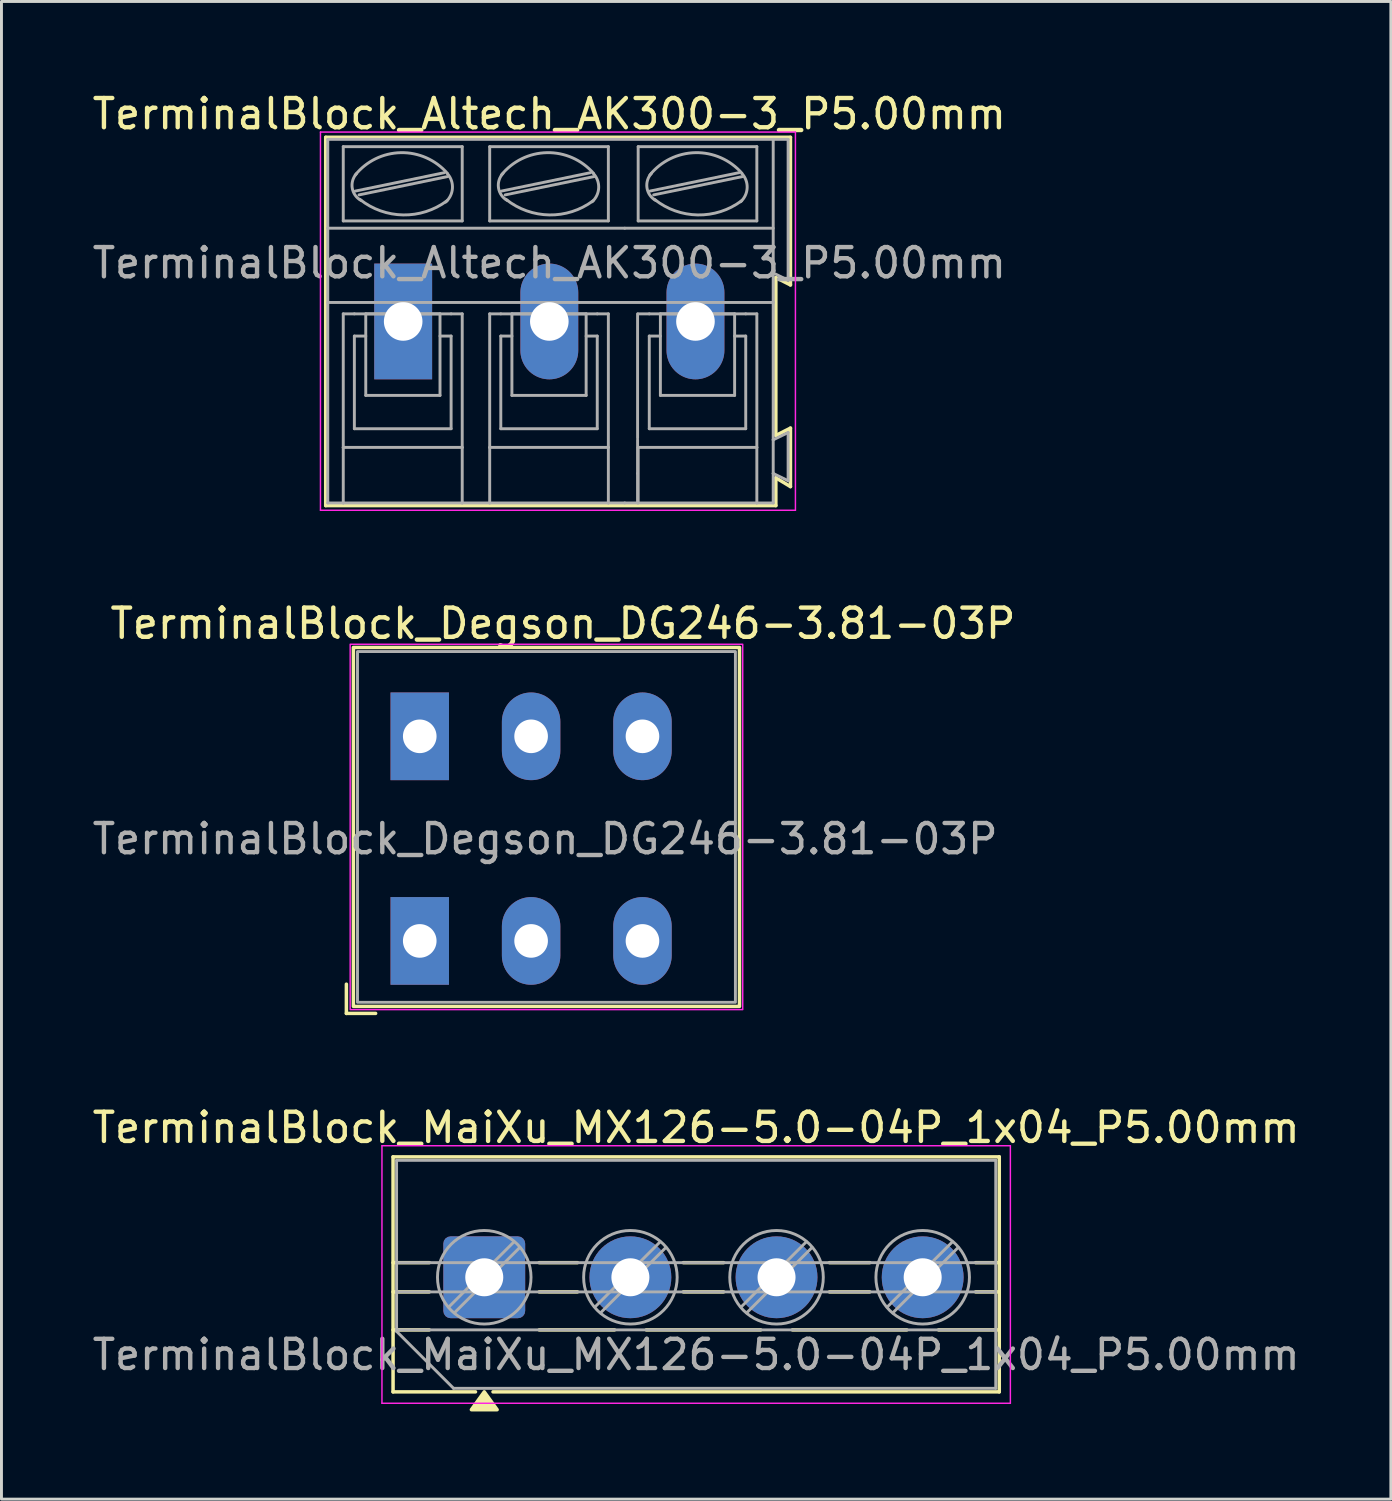
<source format=kicad_pcb>
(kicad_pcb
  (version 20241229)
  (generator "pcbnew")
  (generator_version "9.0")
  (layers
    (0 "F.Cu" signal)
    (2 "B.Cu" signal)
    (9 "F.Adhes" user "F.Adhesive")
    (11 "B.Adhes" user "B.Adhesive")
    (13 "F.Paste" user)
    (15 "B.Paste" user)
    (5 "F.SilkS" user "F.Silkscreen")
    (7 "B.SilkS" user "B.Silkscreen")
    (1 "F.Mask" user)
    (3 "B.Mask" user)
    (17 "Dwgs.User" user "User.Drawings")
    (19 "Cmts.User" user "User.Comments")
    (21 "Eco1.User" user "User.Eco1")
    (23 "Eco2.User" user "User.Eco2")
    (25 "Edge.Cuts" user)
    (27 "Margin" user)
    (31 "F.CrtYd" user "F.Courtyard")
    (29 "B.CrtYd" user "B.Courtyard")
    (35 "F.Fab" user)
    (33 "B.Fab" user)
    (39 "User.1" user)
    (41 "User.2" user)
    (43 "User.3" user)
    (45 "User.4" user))
  (footprint "TerminalBlock_Altech_AK300-3_P5.00mm"
    (layer "F.Cu")
    (at 10.744 7.948)
    (property "Reference" "TerminalBlock_Altech_AK300-3_P5.00mm" (at 5 -7.1 0) (layer "F.SilkS") (effects (font (size 1 1) (thickness 0.15))))
    (attr through_hole)
    (fp_line (start -2.65 -6.3) (end -2.65 6.3) (stroke (width 0.12) (type solid)) (layer "F.SilkS"))
    (fp_line (start -2.65 6.3) (end 12.75 6.3) (stroke (width 0.12) (type solid)) (layer "F.SilkS"))
    (fp_line (start 12.75 -1.5) (end 13.25 -1.25) (stroke (width 0.12) (type solid)) (layer "F.SilkS"))
    (fp_line (start 12.75 3.9) (end 12.75 -1.5) (stroke (width 0.12) (type solid)) (layer "F.SilkS"))
    (fp_line (start 12.75 5.35) (end 13.25 5.65) (stroke (width 0.12) (type solid)) (layer "F.SilkS"))
    (fp_line (start 12.75 6.3) (end 12.75 5.35) (stroke (width 0.12) (type solid)) (layer "F.SilkS"))
    (fp_line (start 13.25 -6.3) (end -2.65 -6.3) (stroke (width 0.12) (type solid)) (layer "F.SilkS"))
    (fp_line (start 13.25 -1.25) (end 13.25 -6.3) (stroke (width 0.12) (type solid)) (layer "F.SilkS"))
    (fp_line (start 13.25 3.65) (end 12.75 3.9) (stroke (width 0.12) (type solid)) (layer "F.SilkS"))
    (fp_line (start 13.25 5.65) (end 13.25 3.65) (stroke (width 0.12) (type solid)) (layer "F.SilkS"))
    (fp_line (start -2.83 -6.48) (end -2.83 6.46) (stroke (width 0.05) (type solid)) (layer "F.CrtYd"))
    (fp_line (start -2.83 -6.48) (end 13.42 -6.48) (stroke (width 0.05) (type solid)) (layer "F.CrtYd"))
    (fp_line (start 13.42 6.46) (end -2.83 6.46) (stroke (width 0.05) (type solid)) (layer "F.CrtYd"))
    (fp_line (start 13.42 6.46) (end 13.42 -6.48) (stroke (width 0.05) (type solid)) (layer "F.CrtYd"))
    (fp_line (start -2.58 -6.23) (end 12.66 -6.23) (stroke (width 0.1) (type solid)) (layer "F.Fab"))
    (fp_line (start -2.58 -3.19) (end -2.58 -6.23) (stroke (width 0.1) (type solid)) (layer "F.Fab"))
    (fp_line (start -2.58 -3.19) (end 7.58 -3.19) (stroke (width 0.1) (type solid)) (layer "F.Fab"))
    (fp_line (start -2.58 -0.65) (end -2.58 -3.19) (stroke (width 0.1) (type solid)) (layer "F.Fab"))
    (fp_line (start -2.58 6.21) (end -2.58 -0.65) (stroke (width 0.1) (type solid)) (layer "F.Fab"))
    (fp_line (start -2.58 6.21) (end -2.05 6.21) (stroke (width 0.1) (type solid)) (layer "F.Fab"))
    (fp_line (start -2.05 -3.44) (end -2.05 -5.98) (stroke (width 0.1) (type solid)) (layer "F.Fab"))
    (fp_line (start -2.05 -0.26) (end -2.05 4.31) (stroke (width 0.1) (type solid)) (layer "F.Fab"))
    (fp_line (start -2.05 -0.26) (end -1.67 -0.26) (stroke (width 0.1) (type solid)) (layer "F.Fab"))
    (fp_line (start -2.05 4.31) (end -2.05 6.21) (stroke (width 0.1) (type solid)) (layer "F.Fab"))
    (fp_line (start -2.05 6.21) (end 2.02 6.21) (stroke (width 0.1) (type solid)) (layer "F.Fab"))
    (fp_line (start -1.67 0.5) (end -1.28 0.5) (stroke (width 0.1) (type solid)) (layer "F.Fab"))
    (fp_line (start -1.67 3.67) (end -1.67 0.5) (stroke (width 0.1) (type solid)) (layer "F.Fab"))
    (fp_line (start -1.64 -4.46) (end 1.41 -5.09) (stroke (width 0.1) (type solid)) (layer "F.Fab"))
    (fp_line (start -1.51 -4.33) (end 1.53 -4.96) (stroke (width 0.1) (type solid)) (layer "F.Fab"))
    (fp_line (start -1.28 -0.26) (end 1.26 -0.26) (stroke (width 0.1) (type solid)) (layer "F.Fab"))
    (fp_line (start -1.28 2.53) (end -1.28 -0.26) (stroke (width 0.1) (type solid)) (layer "F.Fab"))
    (fp_line (start -1.28 2.53) (end 1.26 2.53) (stroke (width 0.1) (type solid)) (layer "F.Fab"))
    (fp_line (start 1.26 2.53) (end 1.26 -0.26) (stroke (width 0.1) (type solid)) (layer "F.Fab"))
    (fp_line (start 1.64 -0.26) (end -1.67 -0.26) (stroke (width 0.1) (type solid)) (layer "F.Fab"))
    (fp_line (start 1.64 0.5) (end 1.26 0.5) (stroke (width 0.1) (type solid)) (layer "F.Fab"))
    (fp_line (start 1.64 3.67) (end -1.67 3.67) (stroke (width 0.1) (type solid)) (layer "F.Fab"))
    (fp_line (start 1.64 3.67) (end 1.64 0.5) (stroke (width 0.1) (type solid)) (layer "F.Fab"))
    (fp_line (start 2.02 -5.98) (end -2.05 -5.98) (stroke (width 0.1) (type solid)) (layer "F.Fab"))
    (fp_line (start 2.02 -3.44) (end -2.05 -3.44) (stroke (width 0.1) (type solid)) (layer "F.Fab"))
    (fp_line (start 2.02 -3.44) (end 2.02 -5.98) (stroke (width 0.1) (type solid)) (layer "F.Fab"))
    (fp_line (start 2.02 -0.26) (end 1.64 -0.26) (stroke (width 0.1) (type solid)) (layer "F.Fab"))
    (fp_line (start 2.02 4.31) (end -2.05 4.31) (stroke (width 0.1) (type solid)) (layer "F.Fab"))
    (fp_line (start 2.02 4.31) (end 2.02 -0.26) (stroke (width 0.1) (type solid)) (layer "F.Fab"))
    (fp_line (start 2.02 6.21) (end 2.02 4.31) (stroke (width 0.1) (type solid)) (layer "F.Fab"))
    (fp_line (start 2.02 6.21) (end 2.96 6.21) (stroke (width 0.1) (type solid)) (layer "F.Fab"))
    (fp_line (start 2.96 -5.98) (end 7.02 -5.98) (stroke (width 0.1) (type solid)) (layer "F.Fab"))
    (fp_line (start 2.96 -3.44) (end 2.96 -5.98) (stroke (width 0.1) (type solid)) (layer "F.Fab"))
    (fp_line (start 2.96 -0.26) (end 3.34 -0.26) (stroke (width 0.1) (type solid)) (layer "F.Fab"))
    (fp_line (start 2.96 4.31) (end 2.96 -0.26) (stroke (width 0.1) (type solid)) (layer "F.Fab"))
    (fp_line (start 2.96 4.31) (end 7.02 4.31) (stroke (width 0.1) (type solid)) (layer "F.Fab"))
    (fp_line (start 2.96 6.21) (end 2.96 4.31) (stroke (width 0.1) (type solid)) (layer "F.Fab"))
    (fp_line (start 2.96 6.21) (end 7.02 6.21) (stroke (width 0.1) (type solid)) (layer "F.Fab"))
    (fp_line (start 3.34 -0.26) (end 6.64 -0.26) (stroke (width 0.1) (type solid)) (layer "F.Fab"))
    (fp_line (start 3.34 0.5) (end 3.72 0.5) (stroke (width 0.1) (type solid)) (layer "F.Fab"))
    (fp_line (start 3.34 3.67) (end 3.34 0.5) (stroke (width 0.1) (type solid)) (layer "F.Fab"))
    (fp_line (start 3.36 -4.46) (end 6.41 -5.09) (stroke (width 0.1) (type solid)) (layer "F.Fab"))
    (fp_line (start 3.49 -4.33) (end 6.54 -4.96) (stroke (width 0.1) (type solid)) (layer "F.Fab"))
    (fp_line (start 3.72 -0.26) (end 6.26 -0.26) (stroke (width 0.1) (type solid)) (layer "F.Fab"))
    (fp_line (start 3.72 2.53) (end 3.72 -0.26) (stroke (width 0.1) (type solid)) (layer "F.Fab"))
    (fp_line (start 3.72 2.53) (end 6.26 2.53) (stroke (width 0.1) (type solid)) (layer "F.Fab"))
    (fp_line (start 6.26 2.53) (end 6.26 -0.26) (stroke (width 0.1) (type solid)) (layer "F.Fab"))
    (fp_line (start 6.64 0.5) (end 6.26 0.5) (stroke (width 0.1) (type solid)) (layer "F.Fab"))
    (fp_line (start 6.64 3.67) (end 3.34 3.67) (stroke (width 0.1) (type solid)) (layer "F.Fab"))
    (fp_line (start 6.64 3.67) (end 6.64 0.5) (stroke (width 0.1) (type solid)) (layer "F.Fab"))
    (fp_line (start 7.02 -5.98) (end 7.02 -3.44) (stroke (width 0.1) (type solid)) (layer "F.Fab"))
    (fp_line (start 7.02 -3.44) (end 2.96 -3.44) (stroke (width 0.1) (type solid)) (layer "F.Fab"))
    (fp_line (start 7.02 -0.26) (end 6.64 -0.26) (stroke (width 0.1) (type solid)) (layer "F.Fab"))
    (fp_line (start 7.02 -0.26) (end 7.02 4.31) (stroke (width 0.1) (type solid)) (layer "F.Fab"))
    (fp_line (start 7.02 4.31) (end 7.02 6.21) (stroke (width 0.1) (type solid)) (layer "F.Fab"))
    (fp_line (start 7.02 6.21) (end 7.58 6.21) (stroke (width 0.1) (type solid)) (layer "F.Fab"))
    (fp_line (start 7.58 -3.19) (end 12.6 -3.19) (stroke (width 0.1) (type solid)) (layer "F.Fab"))
    (fp_line (start 8.02 3.99) (end 8.02 -0.26) (stroke (width 0.1) (type solid)) (layer "F.Fab"))
    (fp_line (start 8.02 4.05) (end 8.02 5.2) (stroke (width 0.1) (type solid)) (layer "F.Fab"))
    (fp_line (start 8.02 5.2) (end 8.02 6.21) (stroke (width 0.1) (type solid)) (layer "F.Fab"))
    (fp_line (start 8.04 -5.98) (end 12.1 -5.98) (stroke (width 0.1) (type solid)) (layer "F.Fab"))
    (fp_line (start 8.04 -3.44) (end 8.04 -5.98) (stroke (width 0.1) (type solid)) (layer "F.Fab"))
    (fp_line (start 8.04 -0.26) (end 8.42 -0.26) (stroke (width 0.1) (type solid)) (layer "F.Fab"))
    (fp_line (start 8.04 4.31) (end 12.1 4.31) (stroke (width 0.1) (type solid)) (layer "F.Fab"))
    (fp_line (start 8.04 6.21) (end 8.04 4.31) (stroke (width 0.1) (type solid)) (layer "F.Fab"))
    (fp_line (start 8.42 -0.26) (end 11.72 -0.26) (stroke (width 0.1) (type solid)) (layer "F.Fab"))
    (fp_line (start 8.42 0.5) (end 8.8 0.5) (stroke (width 0.1) (type solid)) (layer "F.Fab"))
    (fp_line (start 8.42 3.67) (end 8.42 0.5) (stroke (width 0.1) (type solid)) (layer "F.Fab"))
    (fp_line (start 8.44 -4.46) (end 11.49 -5.09) (stroke (width 0.1) (type solid)) (layer "F.Fab"))
    (fp_line (start 8.57 -4.33) (end 11.62 -4.96) (stroke (width 0.1) (type solid)) (layer "F.Fab"))
    (fp_line (start 8.8 -0.26) (end 11.34 -0.26) (stroke (width 0.1) (type solid)) (layer "F.Fab"))
    (fp_line (start 8.8 2.53) (end 8.8 -0.26) (stroke (width 0.1) (type solid)) (layer "F.Fab"))
    (fp_line (start 8.8 2.53) (end 11.34 2.53) (stroke (width 0.1) (type solid)) (layer "F.Fab"))
    (fp_line (start 11.34 2.53) (end 11.34 -0.26) (stroke (width 0.1) (type solid)) (layer "F.Fab"))
    (fp_line (start 11.72 0.5) (end 11.34 0.5) (stroke (width 0.1) (type solid)) (layer "F.Fab"))
    (fp_line (start 11.72 3.67) (end 8.42 3.67) (stroke (width 0.1) (type solid)) (layer "F.Fab"))
    (fp_line (start 11.72 3.67) (end 11.72 0.5) (stroke (width 0.1) (type solid)) (layer "F.Fab"))
    (fp_line (start 12.09 6.21) (end 7.58 6.21) (stroke (width 0.1) (type solid)) (layer "F.Fab"))
    (fp_line (start 12.1 -5.98) (end 12.1 -3.44) (stroke (width 0.1) (type solid)) (layer "F.Fab"))
    (fp_line (start 12.1 -3.44) (end 8.04 -3.44) (stroke (width 0.1) (type solid)) (layer "F.Fab"))
    (fp_line (start 12.1 -0.26) (end 11.72 -0.26) (stroke (width 0.1) (type solid)) (layer "F.Fab"))
    (fp_line (start 12.1 -0.26) (end 12.1 4.31) (stroke (width 0.1) (type solid)) (layer "F.Fab"))
    (fp_line (start 12.1 4.31) (end 12.1 6.21) (stroke (width 0.1) (type solid)) (layer "F.Fab"))
    (fp_line (start 12.1 6.21) (end 12.66 6.21) (stroke (width 0.1) (type solid)) (layer "F.Fab"))
    (fp_line (start 12.66 -6.23) (end 12.66 -3.19) (stroke (width 0.1) (type solid)) (layer "F.Fab"))
    (fp_line (start 12.66 -6.23) (end 13.17 -6.23) (stroke (width 0.1) (type solid)) (layer "F.Fab"))
    (fp_line (start 12.66 -3.19) (end 12.66 -1.66) (stroke (width 0.1) (type solid)) (layer "F.Fab"))
    (fp_line (start 12.66 -1.66) (end 12.66 -0.65) (stroke (width 0.1) (type solid)) (layer "F.Fab"))
    (fp_line (start 12.66 -0.65) (end -2.52 -0.65) (stroke (width 0.1) (type solid)) (layer "F.Fab"))
    (fp_line (start 12.66 -0.65) (end 12.66 4.05) (stroke (width 0.1) (type solid)) (layer "F.Fab"))
    (fp_line (start 12.66 4.05) (end 12.66 5.2) (stroke (width 0.1) (type solid)) (layer "F.Fab"))
    (fp_line (start 12.66 5.2) (end 12.66 6.21) (stroke (width 0.1) (type solid)) (layer "F.Fab"))
    (fp_line (start 13.17 -6.23) (end 13.17 -1.41) (stroke (width 0.1) (type solid)) (layer "F.Fab"))
    (fp_line (start 13.17 -1.41) (end 12.66 -1.66) (stroke (width 0.1) (type solid)) (layer "F.Fab"))
    (fp_line (start 13.17 3.8) (end 12.66 4.05) (stroke (width 0.1) (type solid)) (layer "F.Fab"))
    (fp_line (start 13.17 3.8) (end 13.17 5.45) (stroke (width 0.1) (type solid)) (layer "F.Fab"))
    (fp_line (start 13.17 5.45) (end 12.66 5.2) (stroke (width 0.1) (type solid)) (layer "F.Fab"))
    (fp_arc (start -1.64 -5.01) (mid -0.080263 -5.774867) (end 1.508239 -5.071686) (stroke (width 0.1) (type solid)) (layer "F.Fab"))
    (fp_arc (start -1.44 -4.14) (mid -1.742324 -4.561515) (end -1.595426 -5.059005) (stroke (width 0.1) (type solid)) (layer "F.Fab"))
    (fp_arc (start 1.5 -4.13) (mid 0.000583 -3.644318) (end -1.482333 -4.178263) (stroke (width 0.1) (type solid)) (layer "F.Fab"))
    (fp_arc (start 1.51 -5.06) (mid 1.685733 -4.561652) (end 1.455532 -4.086005) (stroke (width 0.1) (type solid)) (layer "F.Fab"))
    (fp_arc (start 3.36 -5.01) (mid 4.919737 -5.774867) (end 6.508239 -5.071686) (stroke (width 0.1) (type solid)) (layer "F.Fab"))
    (fp_arc (start 3.56 -4.14) (mid 3.261534 -4.569406) (end 3.417028 -5.068699) (stroke (width 0.1) (type solid)) (layer "F.Fab"))
    (fp_arc (start 6.5 -4.13) (mid 5.000583 -3.644318) (end 3.517667 -4.178263) (stroke (width 0.1) (type solid)) (layer "F.Fab"))
    (fp_arc (start 6.51 -5.06) (mid 6.688693 -4.568754) (end 6.465619 -4.096005) (stroke (width 0.1) (type solid)) (layer "F.Fab"))
    (fp_arc (start 8.44 -5.01) (mid 9.999737 -5.774867) (end 11.588239 -5.071686) (stroke (width 0.1) (type solid)) (layer "F.Fab"))
    (fp_arc (start 8.64 -4.14) (mid 8.341534 -4.569406) (end 8.497028 -5.068699) (stroke (width 0.1) (type solid)) (layer "F.Fab"))
    (fp_arc (start 11.58 -4.13) (mid 10.080583 -3.644318) (end 8.597667 -4.178263) (stroke (width 0.1) (type solid)) (layer "F.Fab"))
    (fp_arc (start 11.59 -5.06) (mid 11.768693 -4.568754) (end 11.545619 -4.096005) (stroke (width 0.1) (type solid)) (layer "F.Fab"))
    (fp_text user "${REFERENCE}" (at 5 -2 0) (layer "F.Fab") (effects (font (size 1 1) (thickness 0.15))))
    (pad "1" thru_hole rect (at 0 0) (size 1.98 3.96) (drill 1.32) (layers "*.Cu" "*.Mask"))
    (pad "2" thru_hole oval (at 5 0) (size 1.98 3.96) (drill 1.32) (layers "*.Cu" "*.Mask"))
    (pad "3" thru_hole oval (at 10 0) (size 1.98 3.96) (drill 1.32) (layers "*.Cu" "*.Mask")))
  (footprint "TerminalBlock_Degson_DG246-3.81-03P"
    (layer "F.Cu")
    (at 11.311 22.142)
    (property "Reference" "TerminalBlock_Degson_DG246-3.81-03P" (at 4.9 -3.86 0) (layer "F.SilkS") (effects (font (size 1 1) (thickness 0.15))))
    (attr through_hole)
    (fp_line (start -2.51 8.48) (end -2.51 9.48) (stroke (width 0.12) (type solid)) (layer "F.SilkS"))
    (fp_line (start -2.51 9.48) (end -1.51 9.48) (stroke (width 0.12) (type solid)) (layer "F.SilkS"))
    (fp_rect (start -2.27 -3.04) (end 10.94 9.24) (stroke (width 0.12) (type default)) (fill no) (layer "F.SilkS"))
    (fp_rect (start -2.38 -3.15) (end 11.05 9.35) (stroke (width 0.05) (type default)) (fill no) (layer "F.CrtYd"))
    (fp_rect (start -2.13 -2.9) (end 10.8 9.1) (stroke (width 0.1) (type default)) (fill no) (layer "F.Fab"))
    (fp_text user "${REFERENCE}" (at 4.29 3.51 0) (layer "F.Fab") (effects (font (size 1 1) (thickness 0.15))))
    (pad "1" thru_hole rect (at 0 0) (size 2 3) (drill 1.15) (layers "*.Cu" "*.Mask"))
    (pad "1" thru_hole rect (at 0 7) (size 2 3) (drill 1.15) (layers "*.Cu" "*.Mask"))
    (pad "2" thru_hole oval (at 3.81 0) (size 2 3) (drill 1.15) (layers "*.Cu" "*.Mask"))
    (pad "2" thru_hole oval (at 3.81 7) (size 2 3) (drill 1.15) (layers "*.Cu" "*.Mask"))
    (pad "3" thru_hole oval (at 7.62 0) (size 2 3) (drill 1.15) (layers "*.Cu" "*.Mask"))
    (pad "3" thru_hole oval (at 7.62 7) (size 2 3) (drill 1.15) (layers "*.Cu" "*.Mask")))
  (footprint "TerminalBlock_MaiXu_MX126-5.0-04P_1x04_P5.00mm"
    (layer "F.Cu")
    (at 13.518 40.65)
    (property "Reference" "TerminalBlock_MaiXu_MX126-5.0-04P_1x04_P5.00mm" (at 7.25 -5.12 0) (layer "F.SilkS") (effects (font (size 1 1) (thickness 0.15))))
    (attr through_hole)
    (fp_line (start -3.12 -4.12) (end -3.12 3.92) (stroke (width 0.12) (type solid)) (layer "F.SilkS"))
    (fp_line (start -3.12 -4.12) (end 17.62 -4.12) (stroke (width 0.12) (type solid)) (layer "F.SilkS"))
    (fp_line (start -3.12 -0.5) (end -1.88 -0.5) (stroke (width 0.12) (type solid)) (layer "F.SilkS"))
    (fp_line (start -3.12 0.5) (end -1.88 0.5) (stroke (width 0.12) (type solid)) (layer "F.SilkS"))
    (fp_line (start -3.12 1.8) (end -1.88 1.8) (stroke (width 0.12) (type solid)) (layer "F.SilkS"))
    (fp_line (start -3.12 3.92) (end -0.3 3.92) (stroke (width 0.12) (type solid)) (layer "F.SilkS"))
    (fp_line (start 0.3 3.92) (end 17.62 3.92) (stroke (width 0.12) (type solid)) (layer "F.SilkS"))
    (fp_line (start 1.88 -0.5) (end 3.188 -0.5) (stroke (width 0.12) (type solid)) (layer "F.SilkS"))
    (fp_line (start 1.88 0.5) (end 3.188 0.5) (stroke (width 0.12) (type solid)) (layer "F.SilkS"))
    (fp_line (start 1.88 1.8) (end 4.457 1.8) (stroke (width 0.12) (type solid)) (layer "F.SilkS"))
    (fp_line (start 5.543 1.8) (end 9.457 1.8) (stroke (width 0.12) (type solid)) (layer "F.SilkS"))
    (fp_line (start 6.812 -0.5) (end 8.188 -0.5) (stroke (width 0.12) (type solid)) (layer "F.SilkS"))
    (fp_line (start 6.812 0.5) (end 8.188 0.5) (stroke (width 0.12) (type solid)) (layer "F.SilkS"))
    (fp_line (start 10.543 1.8) (end 14.457 1.8) (stroke (width 0.12) (type solid)) (layer "F.SilkS"))
    (fp_line (start 11.812 -0.5) (end 13.188 -0.5) (stroke (width 0.12) (type solid)) (layer "F.SilkS"))
    (fp_line (start 11.812 0.5) (end 13.188 0.5) (stroke (width 0.12) (type solid)) (layer "F.SilkS"))
    (fp_line (start 15.543 1.8) (end 17.62 1.8) (stroke (width 0.12) (type solid)) (layer "F.SilkS"))
    (fp_line (start 16.812 -0.5) (end 17.62 -0.5) (stroke (width 0.12) (type solid)) (layer "F.SilkS"))
    (fp_line (start 16.812 0.5) (end 17.62 0.5) (stroke (width 0.12) (type solid)) (layer "F.SilkS"))
    (fp_line (start 17.62 -4.12) (end 17.62 3.92) (stroke (width 0.12) (type solid)) (layer "F.SilkS"))
    (fp_poly (pts (xy 0 3.92) (xy 0.44 4.53) (xy -0.44 4.53)) (stroke (width 0.12) (type solid)) (fill yes) (layer "F.SilkS"))
    (fp_line (start -3.5 -4.5) (end -3.5 4.31) (stroke (width 0.05) (type solid)) (layer "F.CrtYd"))
    (fp_line (start -3.5 4.31) (end 18 4.31) (stroke (width 0.05) (type solid)) (layer "F.CrtYd"))
    (fp_line (start 18 -4.5) (end -3.5 -4.5) (stroke (width 0.05) (type solid)) (layer "F.CrtYd"))
    (fp_line (start 18 4.31) (end 18 -4.5) (stroke (width 0.05) (type solid)) (layer "F.CrtYd"))
    (fp_line (start -3 -4) (end 17.5 -4) (stroke (width 0.1) (type solid)) (layer "F.Fab"))
    (fp_line (start -3 -0.5) (end 17.5 -0.5) (stroke (width 0.1) (type solid)) (layer "F.Fab"))
    (fp_line (start -3 0.5) (end 17.5 0.5) (stroke (width 0.1) (type solid)) (layer "F.Fab"))
    (fp_line (start -3 1.8) (end 17.5 1.8) (stroke (width 0.1) (type solid)) (layer "F.Fab"))
    (fp_line (start -3 1.85) (end -3 -4) (stroke (width 0.1) (type solid)) (layer "F.Fab"))
    (fp_line (start -1.05 3.8) (end -3 1.85) (stroke (width 0.1) (type solid)) (layer "F.Fab"))
    (fp_line (start 1.018 -1.213) (end -1.214 1.018) (stroke (width 0.1) (type solid)) (layer "F.Fab"))
    (fp_line (start 1.213 -1.018) (end -1.018 1.213) (stroke (width 0.1) (type solid)) (layer "F.Fab"))
    (fp_line (start 6.018 -1.213) (end 3.786 1.018) (stroke (width 0.1) (type solid)) (layer "F.Fab"))
    (fp_line (start 6.213 -1.018) (end 3.982 1.213) (stroke (width 0.1) (type solid)) (layer "F.Fab"))
    (fp_line (start 11.018 -1.213) (end 8.786 1.018) (stroke (width 0.1) (type solid)) (layer "F.Fab"))
    (fp_line (start 11.213 -1.018) (end 8.982 1.213) (stroke (width 0.1) (type solid)) (layer "F.Fab"))
    (fp_line (start 16.018 -1.213) (end 13.786 1.018) (stroke (width 0.1) (type solid)) (layer "F.Fab"))
    (fp_line (start 16.213 -1.018) (end 13.982 1.213) (stroke (width 0.1) (type solid)) (layer "F.Fab"))
    (fp_line (start 17.5 -4) (end 17.5 3.8) (stroke (width 0.1) (type solid)) (layer "F.Fab"))
    (fp_line (start 17.5 3.8) (end -1.05 3.8) (stroke (width 0.1) (type solid)) (layer "F.Fab"))
    (fp_circle (center 0 0) (end 1.6 0) (stroke (width 0.1) (type solid)) (fill no) (layer "F.Fab"))
    (fp_circle (center 5 0) (end 6.6 0) (stroke (width 0.1) (type solid)) (fill no) (layer "F.Fab"))
    (fp_circle (center 10 0) (end 11.6 0) (stroke (width 0.1) (type solid)) (fill no) (layer "F.Fab"))
    (fp_circle (center 15 0) (end 16.6 0) (stroke (width 0.1) (type solid)) (fill no) (layer "F.Fab"))
    (fp_text user "${REFERENCE}" (at 7.25 2.65 0) (layer "F.Fab") (effects (font (size 1 1) (thickness 0.15))))
    (pad "1" thru_hole roundrect (at 0 0) (size 2.8 2.8) (drill 1.3) (layers "*.Cu" "*.Mask") (roundrect_rratio 0.089))
    (pad "2" thru_hole circle (at 5 0) (size 2.8 2.8) (drill 1.3) (layers "*.Cu" "*.Mask"))
    (pad "3" thru_hole circle (at 10 0) (size 2.8 2.8) (drill 1.3) (layers "*.Cu" "*.Mask"))
    (pad "4" thru_hole circle (at 15 0) (size 2.8 2.8) (drill 1.3) (layers "*.Cu" "*.Mask")))
  (gr_rect
    (start -3 -3)
    (end 44.536 48.24)
    (stroke (width 0.1) (type default))
    (fill no)
    (layer "Edge.Cuts")))
</source>
